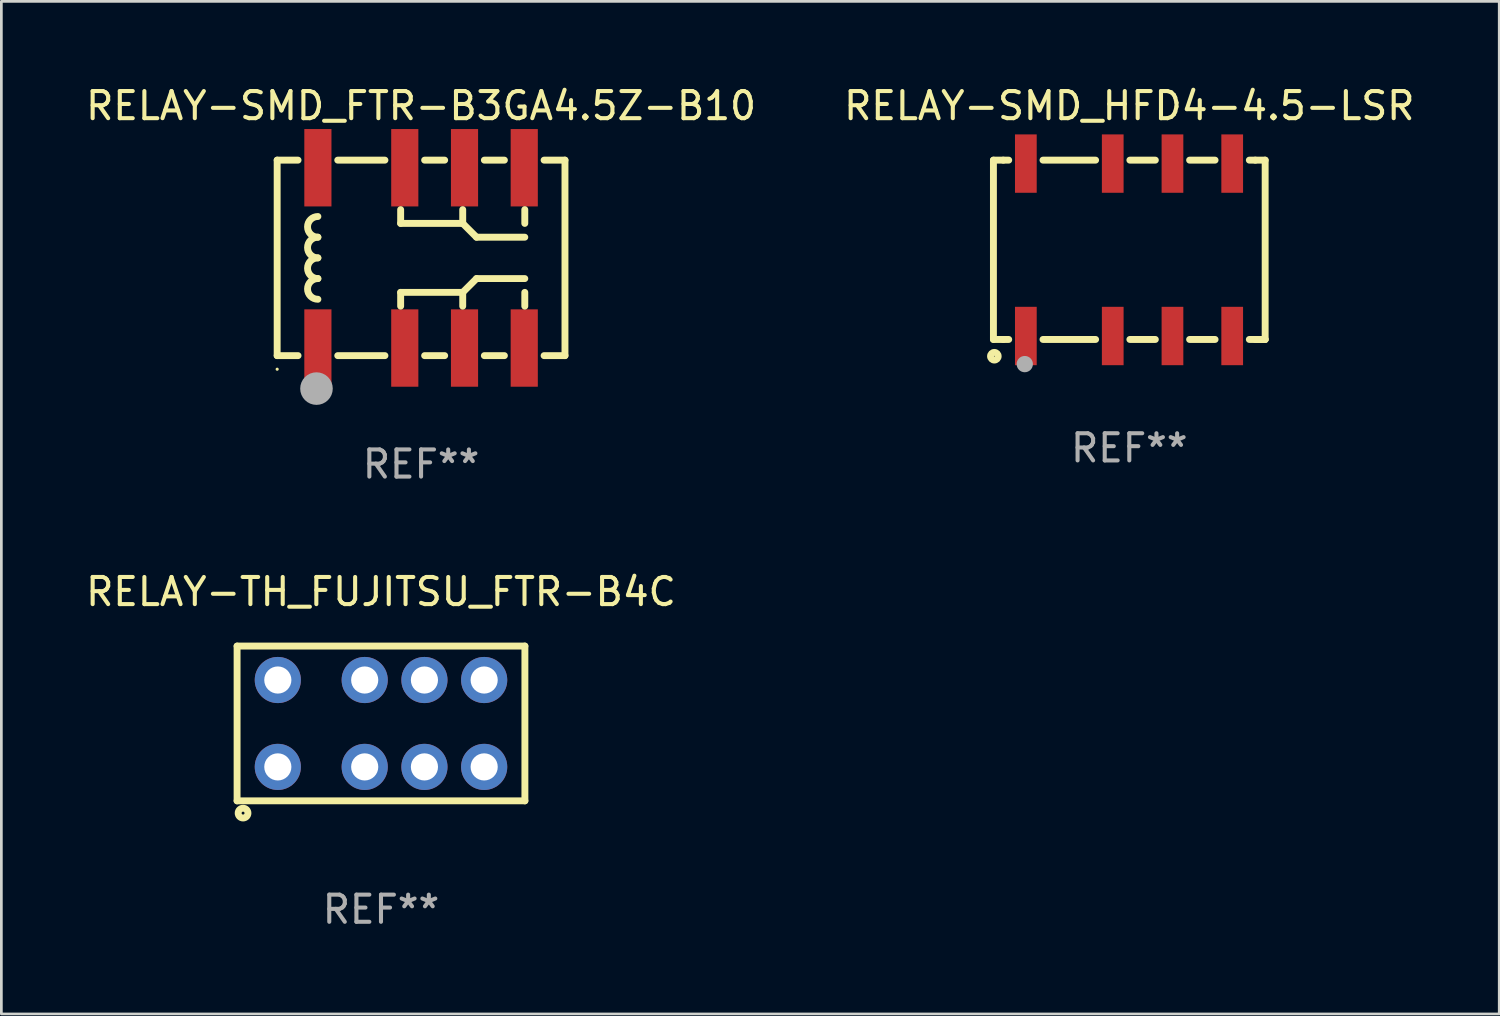
<source format=kicad_pcb>
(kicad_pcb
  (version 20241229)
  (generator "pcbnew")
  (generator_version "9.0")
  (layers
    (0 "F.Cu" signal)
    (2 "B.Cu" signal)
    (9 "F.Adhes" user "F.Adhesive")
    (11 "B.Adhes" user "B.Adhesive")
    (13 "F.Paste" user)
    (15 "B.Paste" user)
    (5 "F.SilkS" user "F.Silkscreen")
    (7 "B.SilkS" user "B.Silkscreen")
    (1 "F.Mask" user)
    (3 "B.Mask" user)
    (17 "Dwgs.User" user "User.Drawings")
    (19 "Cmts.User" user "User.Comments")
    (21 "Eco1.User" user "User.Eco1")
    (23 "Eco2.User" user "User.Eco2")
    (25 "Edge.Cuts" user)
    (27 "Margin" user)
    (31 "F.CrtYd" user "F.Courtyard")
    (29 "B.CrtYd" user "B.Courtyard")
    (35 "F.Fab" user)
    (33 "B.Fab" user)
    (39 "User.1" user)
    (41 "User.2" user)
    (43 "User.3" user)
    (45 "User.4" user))
  (footprint "RELAY-SMD_HFD4-4.5-LSR"
    (layer "F.Cu")
    (at 38.532 6.15)
    (property "Reference" "RELAY-SMD_HFD4-4.5-LSR" (at 0.01 -5.302 0) (layer "F.SilkS") (effects (font (size 1 1) (thickness 0.15))))
    (attr smd)
    (fp_line (start -4.994 -3.302) (end -4.631 -3.302) (stroke (width 0.254) (type solid)) (layer "F.SilkS"))
    (fp_line (start -4.994 3.302) (end -4.994 -3.302) (stroke (width 0.254) (type solid)) (layer "F.SilkS"))
    (fp_line (start -4.994 3.302) (end -4.631 3.302) (stroke (width 0.254) (type solid)) (layer "F.SilkS"))
    (fp_line (start -4.631 -3.302) (end -4.431 -3.302) (stroke (width 0.254) (type solid)) (layer "F.SilkS"))
    (fp_line (start -4.631 3.302) (end -4.431 3.302) (stroke (width 0.254) (type solid)) (layer "F.SilkS"))
    (fp_line (start -3.169 -3.302) (end -1.231 -3.302) (stroke (width 0.254) (type solid)) (layer "F.SilkS"))
    (fp_line (start -3.169 3.302) (end -1.231 3.302) (stroke (width 0.254) (type solid)) (layer "F.SilkS"))
    (fp_line (start 0.031 -3.302) (end 0.969 -3.302) (stroke (width 0.254) (type solid)) (layer "F.SilkS"))
    (fp_line (start 0.031 3.302) (end 0.969 3.302) (stroke (width 0.254) (type solid)) (layer "F.SilkS"))
    (fp_line (start 2.231 -3.302) (end 3.169 -3.302) (stroke (width 0.254) (type solid)) (layer "F.SilkS"))
    (fp_line (start 2.231 3.302) (end 3.169 3.302) (stroke (width 0.254) (type solid)) (layer "F.SilkS"))
    (fp_line (start 4.431 -3.302) (end 4.651 -3.302) (stroke (width 0.254) (type solid)) (layer "F.SilkS"))
    (fp_line (start 4.431 3.302) (end 5.014 3.302) (stroke (width 0.254) (type solid)) (layer "F.SilkS"))
    (fp_line (start 4.651 -3.302) (end 5.014 -3.302) (stroke (width 0.254) (type solid)) (layer "F.SilkS"))
    (fp_line (start 4.651 3.302) (end 5.014 3.302) (stroke (width 0.254) (type solid)) (layer "F.SilkS"))
    (fp_line (start 5.014 -3.302) (end 5.014 3.302) (stroke (width 0.254) (type solid)) (layer "F.SilkS"))
    (fp_circle (center -5 3.75) (end -4.97 3.75) (stroke (width 0.06) (type solid)) (fill no) (layer "F.SilkS"))
    (fp_circle (center -4.96 3.92) (end -4.819 3.92) (stroke (width 0.254) (type solid)) (fill no) (layer "F.SilkS"))
    (fp_circle (center -3.84 4.21) (end -3.69 4.21) (stroke (width 0.3) (type solid)) (fill no) (layer "F.Fab"))
    (fp_text user "REF**" (at 0.01 7.302 0) (layer "F.Fab") (effects (font (size 1 1) (thickness 0.15))))
    (pad "1" smd rect (at -3.8 3.175) (size 0.8 2.15) (layers "F.Cu" "F.Mask" "F.Paste"))
    (pad "2" smd rect (at -0.6 3.175) (size 0.8 2.15) (layers "F.Cu" "F.Mask" "F.Paste"))
    (pad "3" smd rect (at 1.6 3.175) (size 0.8 2.15) (layers "F.Cu" "F.Mask" "F.Paste"))
    (pad "4" smd rect (at 3.8 3.175) (size 0.8 2.15) (layers "F.Cu" "F.Mask" "F.Paste"))
    (pad "5" smd rect (at 3.8 -3.175) (size 0.8 2.15) (layers "F.Cu" "F.Mask" "F.Paste"))
    (pad "6" smd rect (at 1.6 -3.175) (size 0.8 2.15) (layers "F.Cu" "F.Mask" "F.Paste"))
    (pad "7" smd rect (at -0.6 -3.175) (size 0.8 2.15) (layers "F.Cu" "F.Mask" "F.Paste"))
    (pad "8" smd rect (at -3.8 -3.175) (size 0.8 2.15) (layers "F.Cu" "F.Mask" "F.Paste")))
  (footprint "RELAY-SMD_FTR-B3GA4.5Z-B10"
    (layer "F.Cu")
    (at 12.458 6.448)
    (property "Reference" "RELAY-SMD_FTR-B3GA4.5Z-B10" (at -0.000127 -5.6 0) (layer "F.SilkS") (effects (font (size 1 1) (thickness 0.15))))
    (attr smd)
    (fp_line (start -5.3 -3.6) (end -5.3 3.6) (stroke (width 0.254) (type solid)) (layer "F.SilkS"))
    (fp_line (start -5.3 -3.6) (end -4.531 -3.6) (stroke (width 0.254) (type solid)) (layer "F.SilkS"))
    (fp_line (start -5.3 3.6) (end -4.531 3.6) (stroke (width 0.254) (type solid)) (layer "F.SilkS"))
    (fp_line (start -3.069 -3.6) (end -1.331 -3.6) (stroke (width 0.254) (type solid)) (layer "F.SilkS"))
    (fp_line (start -3.069 3.6) (end -1.331 3.6) (stroke (width 0.254) (type solid)) (layer "F.SilkS"))
    (fp_line (start -0.752 -1.778) (end -0.752 -1.27) (stroke (width 0.254) (type solid)) (layer "F.SilkS"))
    (fp_line (start -0.752 -1.27) (end 1.534 -1.27) (stroke (width 0.254) (type solid)) (layer "F.SilkS"))
    (fp_line (start -0.752 1.27) (end 1.534 1.27) (stroke (width 0.254) (type solid)) (layer "F.SilkS"))
    (fp_line (start -0.752 1.778) (end -0.752 1.27) (stroke (width 0.254) (type solid)) (layer "F.SilkS"))
    (fp_line (start 0.131 -3.6) (end 0.869 -3.6) (stroke (width 0.254) (type solid)) (layer "F.SilkS"))
    (fp_line (start 0.131 3.6) (end 0.869 3.6) (stroke (width 0.254) (type solid)) (layer "F.SilkS"))
    (fp_line (start 1.534 -1.778) (end 1.534 -1.27) (stroke (width 0.254) (type solid)) (layer "F.SilkS"))
    (fp_line (start 1.534 -1.27) (end 2.042 -0.762) (stroke (width 0.254) (type solid)) (layer "F.SilkS"))
    (fp_line (start 1.534 1.27) (end 1.534 1.778) (stroke (width 0.254) (type solid)) (layer "F.SilkS"))
    (fp_line (start 1.534 1.27) (end 2.042 0.762) (stroke (width 0.254) (type solid)) (layer "F.SilkS"))
    (fp_line (start 2.042 -0.762) (end 3.82 -0.762) (stroke (width 0.254) (type solid)) (layer "F.SilkS"))
    (fp_line (start 2.042 0.762) (end 3.82 0.762) (stroke (width 0.254) (type solid)) (layer "F.SilkS"))
    (fp_line (start 2.331 -3.6) (end 3.069 -3.6) (stroke (width 0.254) (type solid)) (layer "F.SilkS"))
    (fp_line (start 2.331 3.6) (end 3.069 3.6) (stroke (width 0.254) (type solid)) (layer "F.SilkS"))
    (fp_line (start 3.82 -1.778) (end 3.82 -1.27) (stroke (width 0.254) (type solid)) (layer "F.SilkS"))
    (fp_line (start 3.82 1.778) (end 3.82 1.27) (stroke (width 0.254) (type solid)) (layer "F.SilkS"))
    (fp_line (start 4.531 -3.6) (end 5.3 -3.6) (stroke (width 0.254) (type solid)) (layer "F.SilkS"))
    (fp_line (start 4.531 3.6) (end 5.3 3.6) (stroke (width 0.254) (type solid)) (layer "F.SilkS"))
    (fp_line (start 5.3 -3.6) (end 5.3 3.6) (stroke (width 0.254) (type solid)) (layer "F.SilkS"))
    (fp_arc (start -3.800229 -0.762002) (mid -4.181229 -1.143002) (end -3.800229 -1.524002) (stroke (width 0.254001) (type solid)) (layer "F.SilkS"))
    (fp_arc (start -3.800229 0) (mid -4.181229 -0.381002) (end -3.800227 -0.762002) (stroke (width 0.254001) (type solid)) (layer "F.SilkS"))
    (fp_arc (start -3.800229 0.762002) (mid -4.18123 0.381001) (end -3.800229 0) (stroke (width 0.254001) (type solid)) (layer "F.SilkS"))
    (fp_arc (start -3.800229 1.524003) (mid -4.181229 1.143001) (end -3.800227 0.762001) (stroke (width 0.254001) (type solid)) (layer "F.SilkS"))
    (fp_circle (center -5.3 4.1) (end -5.27 4.1) (stroke (width 0.06) (type solid)) (fill no) (layer "F.SilkS"))
    (fp_circle (center -3.852 4.814) (end -3.552 4.814) (stroke (width 0.6) (type solid)) (fill no) (layer "F.Fab"))
    (fp_text user "REF**" (at -0.000127 7.6 0) (layer "F.Fab") (effects (font (size 1 1) (thickness 0.15))))
    (pad "1" smd rect (at -3.8 3.32) (size 1 2.85) (layers "F.Cu" "F.Mask" "F.Paste"))
    (pad "2" smd rect (at -0.6 3.32) (size 1 2.85) (layers "F.Cu" "F.Mask" "F.Paste"))
    (pad "3" smd rect (at 1.6 3.32) (size 1 2.85) (layers "F.Cu" "F.Mask" "F.Paste"))
    (pad "4" smd rect (at 3.8 3.32) (size 1 2.85) (layers "F.Cu" "F.Mask" "F.Paste"))
    (pad "5" smd rect (at 3.8 -3.32) (size 1 2.85) (layers "F.Cu" "F.Mask" "F.Paste"))
    (pad "6" smd rect (at 1.6 -3.32) (size 1 2.85) (layers "F.Cu" "F.Mask" "F.Paste"))
    (pad "7" smd rect (at -0.6 -3.32) (size 1 2.85) (layers "F.Cu" "F.Mask" "F.Paste"))
    (pad "8" smd rect (at -3.8 -3.32) (size 1 2.85) (layers "F.Cu" "F.Mask" "F.Paste")))
  (footprint "RELAY-TH_FUJITSU_FTR-B4C"
    (layer "F.Cu")
    (at 10.982 23.595)
    (property "Reference" "RELAY-TH_FUJITSU_FTR-B4C" (at -0.000203 -4.85 0) (layer "F.SilkS") (effects (font (size 1 1) (thickness 0.15))))
    (attr through_hole)
    (fp_line (start -5.3 -2.85) (end 5.3 -2.85) (stroke (width 0.254) (type solid)) (layer "F.SilkS"))
    (fp_line (start -5.3 2.85) (end -5.3 -2.85) (stroke (width 0.254) (type solid)) (layer "F.SilkS"))
    (fp_line (start -5.3 2.85) (end 5.3 2.85) (stroke (width 0.254) (type solid)) (layer "F.SilkS"))
    (fp_line (start 5.3 2.85) (end 5.3 -2.85) (stroke (width 0.254) (type solid)) (layer "F.SilkS"))
    (fp_circle (center -5.3 2.85) (end -5.27 2.85) (stroke (width 0.06) (type solid)) (fill no) (layer "F.SilkS"))
    (fp_circle (center -5.08 3.302) (end -4.9 3.302) (stroke (width 0.254) (type solid)) (fill no) (layer "F.SilkS"))
    (fp_text user "REF**" (at -0.000203 6.85 0) (layer "F.Fab") (effects (font (size 1 1) (thickness 0.15))))
    (pad "1" thru_hole circle (at -3.8 1.6) (size 1.7 1.7) (drill 1) (layers "*.Cu" "*.Mask"))
    (pad "2" thru_hole circle (at -0.6 1.6) (size 1.7 1.7) (drill 1) (layers "*.Cu" "*.Mask"))
    (pad "3" thru_hole circle (at 1.6 1.6) (size 1.7 1.7) (drill 1) (layers "*.Cu" "*.Mask"))
    (pad "4" thru_hole circle (at 3.8 1.6) (size 1.7 1.7) (drill 1) (layers "*.Cu" "*.Mask"))
    (pad "5" thru_hole circle (at 3.8 -1.6) (size 1.7 1.7) (drill 1) (layers "*.Cu" "*.Mask"))
    (pad "6" thru_hole circle (at 1.6 -1.6) (size 1.7 1.7) (drill 1) (layers "*.Cu" "*.Mask"))
    (pad "7" thru_hole circle (at -0.6 -1.6) (size 1.7 1.7) (drill 1) (layers "*.Cu" "*.Mask"))
    (pad "8" thru_hole circle (at -3.8 -1.6) (size 1.7 1.7) (drill 1) (layers "*.Cu" "*.Mask")))
  (gr_rect
    (start -3 -3)
    (end 52.167 34.293)
    (stroke (width 0.1) (type default))
    (fill no)
    (layer "Edge.Cuts")))
</source>
